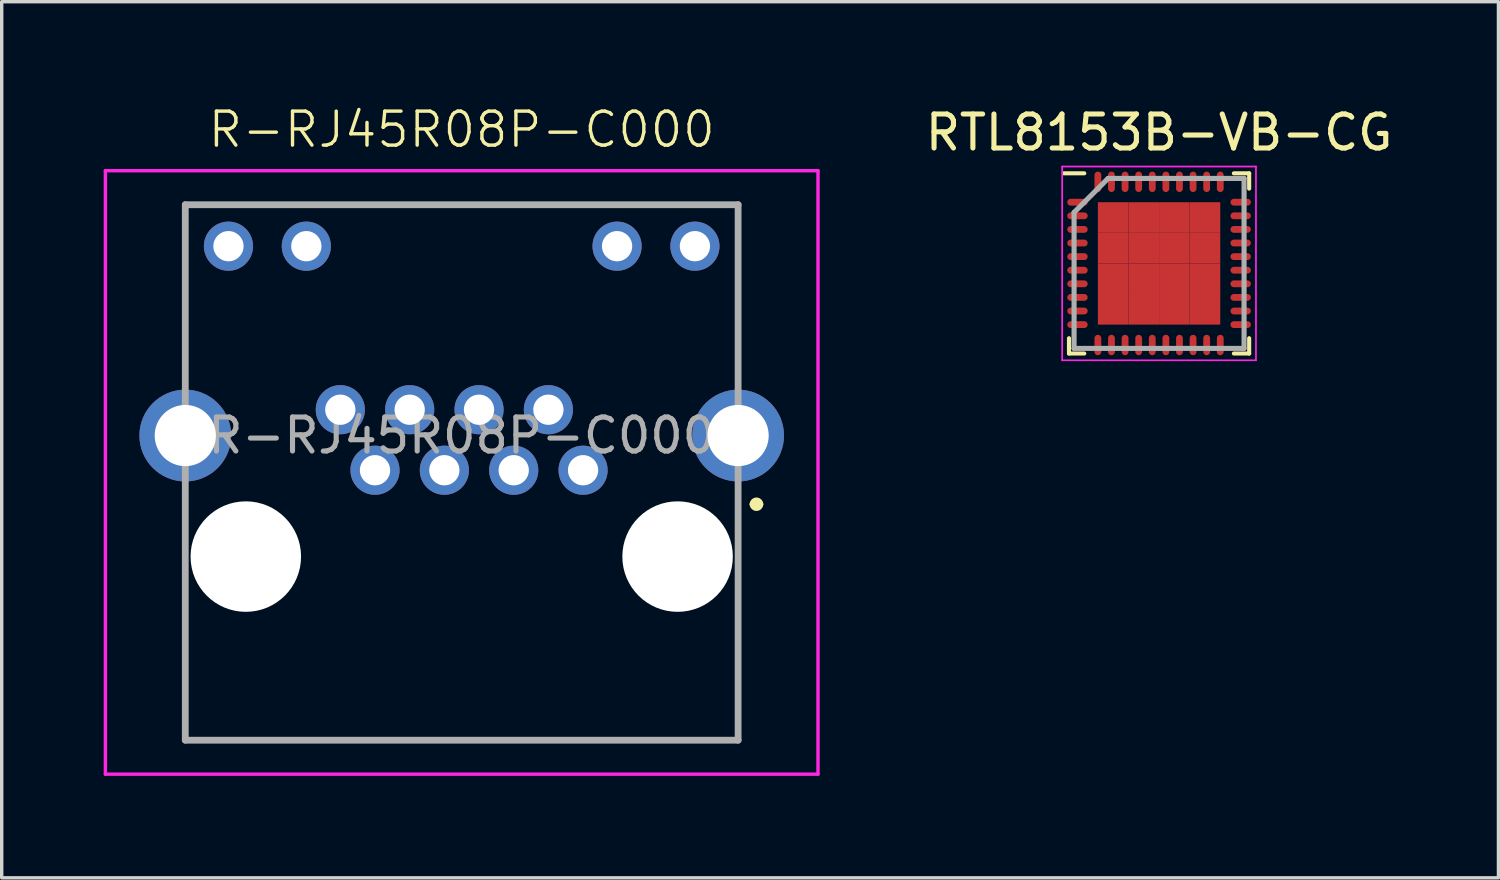
<source format=kicad_pcb>
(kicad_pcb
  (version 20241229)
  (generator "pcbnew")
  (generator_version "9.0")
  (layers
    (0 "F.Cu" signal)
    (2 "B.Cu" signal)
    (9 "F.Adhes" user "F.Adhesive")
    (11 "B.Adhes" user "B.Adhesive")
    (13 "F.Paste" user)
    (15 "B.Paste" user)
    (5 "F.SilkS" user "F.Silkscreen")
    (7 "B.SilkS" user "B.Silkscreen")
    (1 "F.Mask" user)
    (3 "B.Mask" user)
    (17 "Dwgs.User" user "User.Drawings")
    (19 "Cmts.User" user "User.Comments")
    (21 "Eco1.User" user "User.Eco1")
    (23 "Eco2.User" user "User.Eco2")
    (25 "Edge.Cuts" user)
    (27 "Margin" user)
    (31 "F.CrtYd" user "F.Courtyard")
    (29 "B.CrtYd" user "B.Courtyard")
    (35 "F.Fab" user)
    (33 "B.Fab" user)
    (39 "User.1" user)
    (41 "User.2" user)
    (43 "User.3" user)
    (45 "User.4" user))
  (footprint "RTL8153B-VB-CG"
    (layer "F.Cu")
    (at 31.042 4.698)
    (property "Reference" "RTL8153B-VB-CG" (at 0 -3.85 0) (layer "F.SilkS") (effects (font (size 1 1) (thickness 0.15))))
    (attr smd)
    (fp_line (start -2.65 2.65) (end -2.65 2.2) (stroke (width 0.12) (type default)) (layer "F.SilkS"))
    (fp_line (start -2.2 -2.65) (end -2.8 -2.65) (stroke (width 0.12) (type default)) (layer "F.SilkS"))
    (fp_line (start -2.2 2.65) (end -2.65 2.65) (stroke (width 0.12) (type default)) (layer "F.SilkS"))
    (fp_line (start 2.2 -2.65) (end 2.65 -2.65) (stroke (width 0.12) (type default)) (layer "F.SilkS"))
    (fp_line (start 2.2 2.65) (end 2.65 2.65) (stroke (width 0.12) (type default)) (layer "F.SilkS"))
    (fp_line (start 2.65 -2.65) (end 2.65 -2.2) (stroke (width 0.12) (type default)) (layer "F.SilkS"))
    (fp_line (start 2.65 2.65) (end 2.65 2.2) (stroke (width 0.12) (type default)) (layer "F.SilkS"))
    (fp_line (start -2.85 -2.85) (end 2.85 -2.85) (stroke (width 0.05) (type default)) (layer "F.CrtYd"))
    (fp_line (start -2.85 2.85) (end -2.85 -2.85) (stroke (width 0.05) (type default)) (layer "F.CrtYd"))
    (fp_line (start 2.85 -2.85) (end 2.85 2.85) (stroke (width 0.05) (type default)) (layer "F.CrtYd"))
    (fp_line (start 2.85 2.85) (end -2.85 2.85) (stroke (width 0.05) (type default)) (layer "F.CrtYd"))
    (fp_line (start -2.5 -1.5) (end -2.5 2.5) (stroke (width 0.15) (type default)) (layer "F.Fab"))
    (fp_line (start -2.5 2.5) (end 2.5 2.5) (stroke (width 0.15) (type default)) (layer "F.Fab"))
    (fp_line (start -1.5 -2.5) (end -2.5 -1.5) (stroke (width 0.15) (type default)) (layer "F.Fab"))
    (fp_line (start 2.5 -2.5) (end -1.5 -2.5) (stroke (width 0.15) (type default)) (layer "F.Fab"))
    (fp_line (start 2.5 2.5) (end 2.5 -2.5) (stroke (width 0.15) (type default)) (layer "F.Fab"))
    (pad "1" smd oval (at -2.4 -1.8 90) (size 0.2 0.6) (layers "F.Cu" "F.Mask" "F.Paste"))
    (pad "2" smd oval (at -2.4 -1.4 90) (size 0.2 0.6) (layers "F.Cu" "F.Mask" "F.Paste"))
    (pad "3" smd oval (at -2.4 -1 90) (size 0.2 0.6) (layers "F.Cu" "F.Mask" "F.Paste"))
    (pad "4" smd oval (at -2.4 -0.6 90) (size 0.2 0.6) (layers "F.Cu" "F.Mask" "F.Paste"))
    (pad "5" smd oval (at -2.4 -0.2 90) (size 0.2 0.6) (layers "F.Cu" "F.Mask" "F.Paste"))
    (pad "6" smd oval (at -2.4 0.2 90) (size 0.2 0.6) (layers "F.Cu" "F.Mask" "F.Paste"))
    (pad "7" smd oval (at -2.4 0.6 90) (size 0.2 0.6) (layers "F.Cu" "F.Mask" "F.Paste"))
    (pad "8" smd oval (at -2.4 1 90) (size 0.2 0.6) (layers "F.Cu" "F.Mask" "F.Paste"))
    (pad "9" smd oval (at -2.4 1.4 90) (size 0.2 0.6) (layers "F.Cu" "F.Mask" "F.Paste"))
    (pad "10" smd oval (at -2.4 1.8 90) (size 0.2 0.6) (layers "F.Cu" "F.Mask" "F.Paste"))
    (pad "11" smd oval (at -1.8 2.4) (size 0.2 0.6) (layers "F.Cu" "F.Mask" "F.Paste"))
    (pad "12" smd oval (at -1.4 2.4) (size 0.2 0.6) (layers "F.Cu" "F.Mask" "F.Paste"))
    (pad "13" smd oval (at -1 2.4) (size 0.2 0.6) (layers "F.Cu" "F.Mask" "F.Paste"))
    (pad "14" smd oval (at -0.6 2.4) (size 0.2 0.6) (layers "F.Cu" "F.Mask" "F.Paste"))
    (pad "15" smd oval (at -0.2 2.4) (size 0.2 0.6) (layers "F.Cu" "F.Mask" "F.Paste"))
    (pad "16" smd oval (at 0.2 2.4) (size 0.2 0.6) (layers "F.Cu" "F.Mask" "F.Paste"))
    (pad "17" smd oval (at 0.6 2.4) (size 0.2 0.6) (layers "F.Cu" "F.Mask" "F.Paste"))
    (pad "18" smd oval (at 1 2.4) (size 0.2 0.6) (layers "F.Cu" "F.Mask" "F.Paste"))
    (pad "19" smd oval (at 1.4 2.4) (size 0.2 0.6) (layers "F.Cu" "F.Mask" "F.Paste"))
    (pad "20" smd oval (at 1.8 2.4) (size 0.2 0.6) (layers "F.Cu" "F.Mask" "F.Paste"))
    (pad "21" smd oval (at 2.4 1.8 90) (size 0.2 0.6) (layers "F.Cu" "F.Mask" "F.Paste"))
    (pad "22" smd oval (at 2.4 1.4 90) (size 0.2 0.6) (layers "F.Cu" "F.Mask" "F.Paste"))
    (pad "23" smd oval (at 2.4 1 90) (size 0.2 0.6) (layers "F.Cu" "F.Mask" "F.Paste"))
    (pad "24" smd oval (at 2.4 0.6 90) (size 0.2 0.6) (layers "F.Cu" "F.Mask" "F.Paste"))
    (pad "25" smd oval (at 2.4 0.2 90) (size 0.2 0.6) (layers "F.Cu" "F.Mask" "F.Paste"))
    (pad "26" smd oval (at 2.4 -0.2 90) (size 0.2 0.6) (layers "F.Cu" "F.Mask" "F.Paste"))
    (pad "27" smd oval (at 2.4 -0.6 90) (size 0.2 0.6) (layers "F.Cu" "F.Mask" "F.Paste"))
    (pad "28" smd oval (at 2.4 -1 90) (size 0.2 0.6) (layers "F.Cu" "F.Mask" "F.Paste"))
    (pad "29" smd oval (at 2.4 -1.4 90) (size 0.2 0.6) (layers "F.Cu" "F.Mask" "F.Paste"))
    (pad "30" smd oval (at 2.4 -1.8 90) (size 0.2 0.6) (layers "F.Cu" "F.Mask" "F.Paste"))
    (pad "31" smd oval (at 1.8 -2.4) (size 0.2 0.6) (layers "F.Cu" "F.Mask" "F.Paste"))
    (pad "32" smd oval (at 1.4 -2.4) (size 0.2 0.6) (layers "F.Cu" "F.Mask" "F.Paste"))
    (pad "33" smd oval (at 1 -2.4) (size 0.2 0.6) (layers "F.Cu" "F.Mask" "F.Paste"))
    (pad "34" smd oval (at 0.6 -2.4) (size 0.2 0.6) (layers "F.Cu" "F.Mask" "F.Paste"))
    (pad "35" smd oval (at 0.2 -2.4) (size 0.2 0.6) (layers "F.Cu" "F.Mask" "F.Paste"))
    (pad "36" smd oval (at -0.2 -2.4) (size 0.2 0.6) (layers "F.Cu" "F.Mask" "F.Paste"))
    (pad "37" smd oval (at -0.6 -2.4) (size 0.2 0.6) (layers "F.Cu" "F.Mask" "F.Paste"))
    (pad "38" smd oval (at -1 -2.4) (size 0.2 0.6) (layers "F.Cu" "F.Mask" "F.Paste"))
    (pad "39" smd oval (at -1.4 -2.4) (size 0.2 0.6) (layers "F.Cu" "F.Mask" "F.Paste"))
    (pad "40" smd oval (at -1.8 -2.4) (size 0.2 0.6) (layers "F.Cu" "F.Mask" "F.Paste"))
    (pad "41" smd rect (at -1.35 -1.35) (size 0.9 0.9) (layers "F.Cu" "F.Mask" "F.Paste"))
    (pad "41" smd rect (at -1.35 -0.45) (size 0.9 0.9) (layers "F.Cu" "F.Mask" "F.Paste"))
    (pad "41" smd rect (at -1.35 0.45) (size 0.9 0.9) (layers "F.Cu" "F.Mask" "F.Paste"))
    (pad "41" smd rect (at -1.35 1.35) (size 0.9 0.9) (layers "F.Cu" "F.Mask" "F.Paste"))
    (pad "41" smd rect (at -0.45 -1.35) (size 0.9 0.9) (layers "F.Cu" "F.Mask" "F.Paste"))
    (pad "41" smd rect (at -0.45 -0.45) (size 0.9 0.9) (layers "F.Cu" "F.Mask" "F.Paste"))
    (pad "41" smd rect (at -0.45 0.45) (size 0.9 0.9) (layers "F.Cu" "F.Mask" "F.Paste"))
    (pad "41" smd rect (at -0.45 1.35) (size 0.9 0.9) (layers "F.Cu" "F.Mask" "F.Paste"))
    (pad "41" smd rect (at 0.45 -1.35) (size 0.9 0.9) (layers "F.Cu" "F.Mask" "F.Paste"))
    (pad "41" smd rect (at 0.45 -0.45) (size 0.9 0.9) (layers "F.Cu" "F.Mask" "F.Paste"))
    (pad "41" smd rect (at 0.45 0.45) (size 0.9 0.9) (layers "F.Cu" "F.Mask" "F.Paste"))
    (pad "41" smd rect (at 0.45 1.35) (size 0.9 0.9) (layers "F.Cu" "F.Mask" "F.Paste"))
    (pad "41" smd rect (at 1.35 -1.35) (size 0.9 0.9) (layers "F.Cu" "F.Mask" "F.Paste"))
    (pad "41" smd rect (at 1.35 -0.45) (size 0.9 0.9) (layers "F.Cu" "F.Mask" "F.Paste"))
    (pad "41" smd rect (at 1.35 0.45) (size 0.9 0.9) (layers "F.Cu" "F.Mask" "F.Paste"))
    (pad "41" smd rect (at 1.35 1.35) (size 0.9 0.9) (layers "F.Cu" "F.Mask" "F.Paste")))
  (footprint "R-RJ45R08P-C000"
    (layer "F.Cu")
    (at 10.53 9.761)
    (property "Reference" "R-RJ45R08P-C000" (at 0 -9 0) (unlocked yes) (layer "F.SilkS") (effects (font (size 1 1) (thickness 0.1))))
    (attr through_hole)
    (fp_line (start -8.15 -6.79) (end 8.13 -6.79) (stroke (width 0.1) (type solid)) (layer "F.SilkS"))
    (fp_line (start -8.15 -1.94) (end -8.15 -6.79) (stroke (width 0.1) (type solid)) (layer "F.SilkS"))
    (fp_line (start -8.13 1.56) (end -8.13 8.96) (stroke (width 0.1) (type solid)) (layer "F.SilkS"))
    (fp_line (start -8.13 8.96) (end 8.13 8.96) (stroke (width 0.1) (type solid)) (layer "F.SilkS"))
    (fp_line (start 8.13 -6.79) (end 8.13 -1.94) (stroke (width 0.1) (type solid)) (layer "F.SilkS"))
    (fp_line (start 8.13 8.96) (end 8.13 1.56) (stroke (width 0.1) (type solid)) (layer "F.SilkS"))
    (fp_line (start 8.57 2.02) (end 8.57 2.02) (stroke (width 0.2) (type solid)) (layer "F.SilkS"))
    (fp_line (start 8.77 2.02) (end 8.77 2.02) (stroke (width 0.2) (type solid)) (layer "F.SilkS"))
    (fp_arc (start 8.57 2.02) (mid 8.67 1.92) (end 8.77 2.02) (stroke (width 0.2) (type solid)) (layer "F.SilkS"))
    (fp_arc (start 8.77 2.02) (mid 8.67 2.12) (end 8.57 2.02) (stroke (width 0.2) (type solid)) (layer "F.SilkS"))
    (fp_line (start -10.48 -7.79) (end 10.48 -7.79) (stroke (width 0.1) (type solid)) (layer "F.CrtYd"))
    (fp_line (start -10.48 9.96) (end -10.48 -7.79) (stroke (width 0.1) (type solid)) (layer "F.CrtYd"))
    (fp_line (start 10.48 -7.79) (end 10.48 9.96) (stroke (width 0.1) (type solid)) (layer "F.CrtYd"))
    (fp_line (start 10.48 9.96) (end -10.48 9.96) (stroke (width 0.1) (type solid)) (layer "F.CrtYd"))
    (fp_line (start -8.13 -6.79) (end 8.13 -6.79) (stroke (width 0.2) (type solid)) (layer "F.Fab"))
    (fp_line (start -8.13 8.96) (end -8.13 -6.79) (stroke (width 0.2) (type solid)) (layer "F.Fab"))
    (fp_line (start 8.13 -6.79) (end 8.13 8.96) (stroke (width 0.2) (type solid)) (layer "F.Fab"))
    (fp_line (start 8.13 8.96) (end -8.13 8.96) (stroke (width 0.2) (type solid)) (layer "F.Fab"))
    (fp_text user "${REFERENCE}" (at 0 0 0) (unlocked yes) (layer "F.Fab") (effects (font (size 1 1) (thickness 0.15))))
    (pad "" np_thru_hole circle (at -6.35 3.56) (size 3.25 3.25) (drill 3.25) (layers "*.Cu" "*.Mask"))
    (pad "" np_thru_hole circle (at 6.35 3.56) (size 3.25 3.25) (drill 3.25) (layers "*.Cu" "*.Mask"))
    (pad "1" thru_hole circle (at 3.57 1.02) (size 1.446 1.446) (drill 0.89) (layers "*.Cu" "*.Mask"))
    (pad "2" thru_hole circle (at 2.55 -0.76) (size 1.446 1.446) (drill 0.89) (layers "*.Cu" "*.Mask"))
    (pad "3" thru_hole circle (at 1.53 1.02) (size 1.446 1.446) (drill 0.89) (layers "*.Cu" "*.Mask"))
    (pad "4" thru_hole circle (at 0.51 -0.76) (size 1.446 1.446) (drill 0.89) (layers "*.Cu" "*.Mask"))
    (pad "5" thru_hole circle (at -0.51 1.02) (size 1.446 1.446) (drill 0.89) (layers "*.Cu" "*.Mask"))
    (pad "6" thru_hole circle (at -1.53 -0.76) (size 1.446 1.446) (drill 0.89) (layers "*.Cu" "*.Mask"))
    (pad "7" thru_hole circle (at -2.55 1.02) (size 1.446 1.446) (drill 0.89) (layers "*.Cu" "*.Mask"))
    (pad "8" thru_hole circle (at -3.57 -0.76) (size 1.446 1.446) (drill 0.89) (layers "*.Cu" "*.Mask"))
    (pad "9" thru_hole circle (at -6.86 -5.57) (size 1.446 1.446) (drill 0.89) (layers "*.Cu" "*.Mask"))
    (pad "10" thru_hole circle (at -4.57 -5.57) (size 1.446 1.446) (drill 0.89) (layers "*.Cu" "*.Mask"))
    (pad "11" thru_hole circle (at 4.57 -5.57) (size 1.446 1.446) (drill 0.89) (layers "*.Cu" "*.Mask"))
    (pad "12" thru_hole circle (at 6.86 -5.57) (size 1.446 1.446) (drill 0.89) (layers "*.Cu" "*.Mask"))
    (pad "13" thru_hole circle (at -8.13 0) (size 2.7 2.7) (drill 1.8) (layers "*.Cu" "*.Mask"))
    (pad "13" thru_hole circle (at 8.13 0) (size 2.7 2.7) (drill 1.8) (layers "*.Cu" "*.Mask")))
  (gr_rect
    (start -3 -3)
    (end 41.024 22.77)
    (stroke (width 0.1) (type default))
    (fill no)
    (layer "Edge.Cuts")))
</source>
